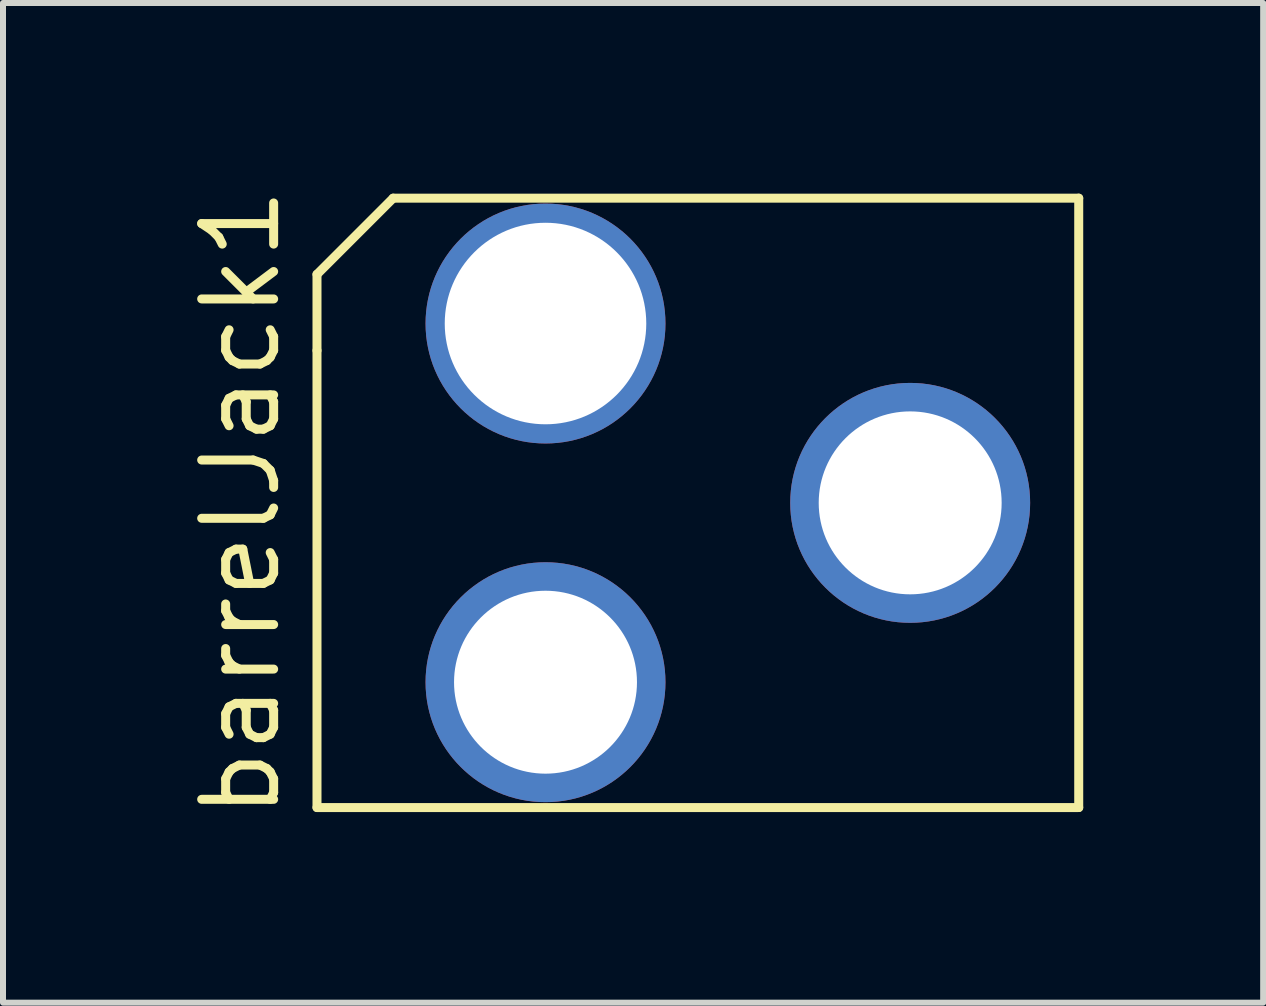
<source format=kicad_pcb>
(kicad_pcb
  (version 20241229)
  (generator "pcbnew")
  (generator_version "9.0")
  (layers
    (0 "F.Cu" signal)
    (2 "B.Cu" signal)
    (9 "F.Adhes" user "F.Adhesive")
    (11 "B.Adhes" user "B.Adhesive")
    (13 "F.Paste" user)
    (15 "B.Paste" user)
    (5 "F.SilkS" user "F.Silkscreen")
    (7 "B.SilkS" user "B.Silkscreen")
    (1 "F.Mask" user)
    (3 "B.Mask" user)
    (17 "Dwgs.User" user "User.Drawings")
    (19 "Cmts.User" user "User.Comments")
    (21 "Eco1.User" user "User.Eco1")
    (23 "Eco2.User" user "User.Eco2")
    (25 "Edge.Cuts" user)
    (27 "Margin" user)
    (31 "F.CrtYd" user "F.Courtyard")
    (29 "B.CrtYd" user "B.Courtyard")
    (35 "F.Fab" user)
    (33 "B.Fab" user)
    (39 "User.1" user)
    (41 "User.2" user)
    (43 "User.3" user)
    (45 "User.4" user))
  (footprint "barrelJack1"
    (layer "F.Cu")
    (at 6.045 5.334)
    (property "Reference" "barrelJack1" (at -5.08 0 90) (layer "F.SilkS") (effects (font (size 1.2 1.2) (thickness 0.15))))
    (attr through_hole)
    (fp_line (start -3.81 -3.81) (end -3.81 -2.54) (stroke (width 0.15) (type solid)) (layer "F.SilkS"))
    (fp_line (start -3.81 -2.54) (end -3.81 5.08) (stroke (width 0.15) (type solid)) (layer "F.SilkS"))
    (fp_line (start -3.81 5.08) (end 8.89 5.08) (stroke (width 0.15) (type solid)) (layer "F.SilkS"))
    (fp_line (start -2.54 -5.08) (end -3.81 -3.81) (stroke (width 0.15) (type solid)) (layer "F.SilkS"))
    (fp_line (start 8.89 -5.08) (end -2.54 -5.08) (stroke (width 0.15) (type solid)) (layer "F.SilkS"))
    (fp_line (start 8.89 5.08) (end 8.89 -5.08) (stroke (width 0.15) (type solid)) (layer "F.SilkS"))
    (pad "1" thru_hole circle (at 0 2.99) (size 4 4) (drill 3.05) (layers "*.Cu" "*.Mask"))
    (pad "2" thru_hole circle (at 6.08 0) (size 4 4) (drill 3.05) (layers "*.Cu" "*.Mask"))
    (pad "3" thru_hole circle (at 0 -2.99) (size 4 4) (drill 3.36) (layers "*.Cu" "*.Mask")))
  (gr_rect
    (start -3 -3)
    (end 18.01 13.667)
    (stroke (width 0.1) (type default))
    (fill no)
    (layer "Edge.Cuts")))
</source>
